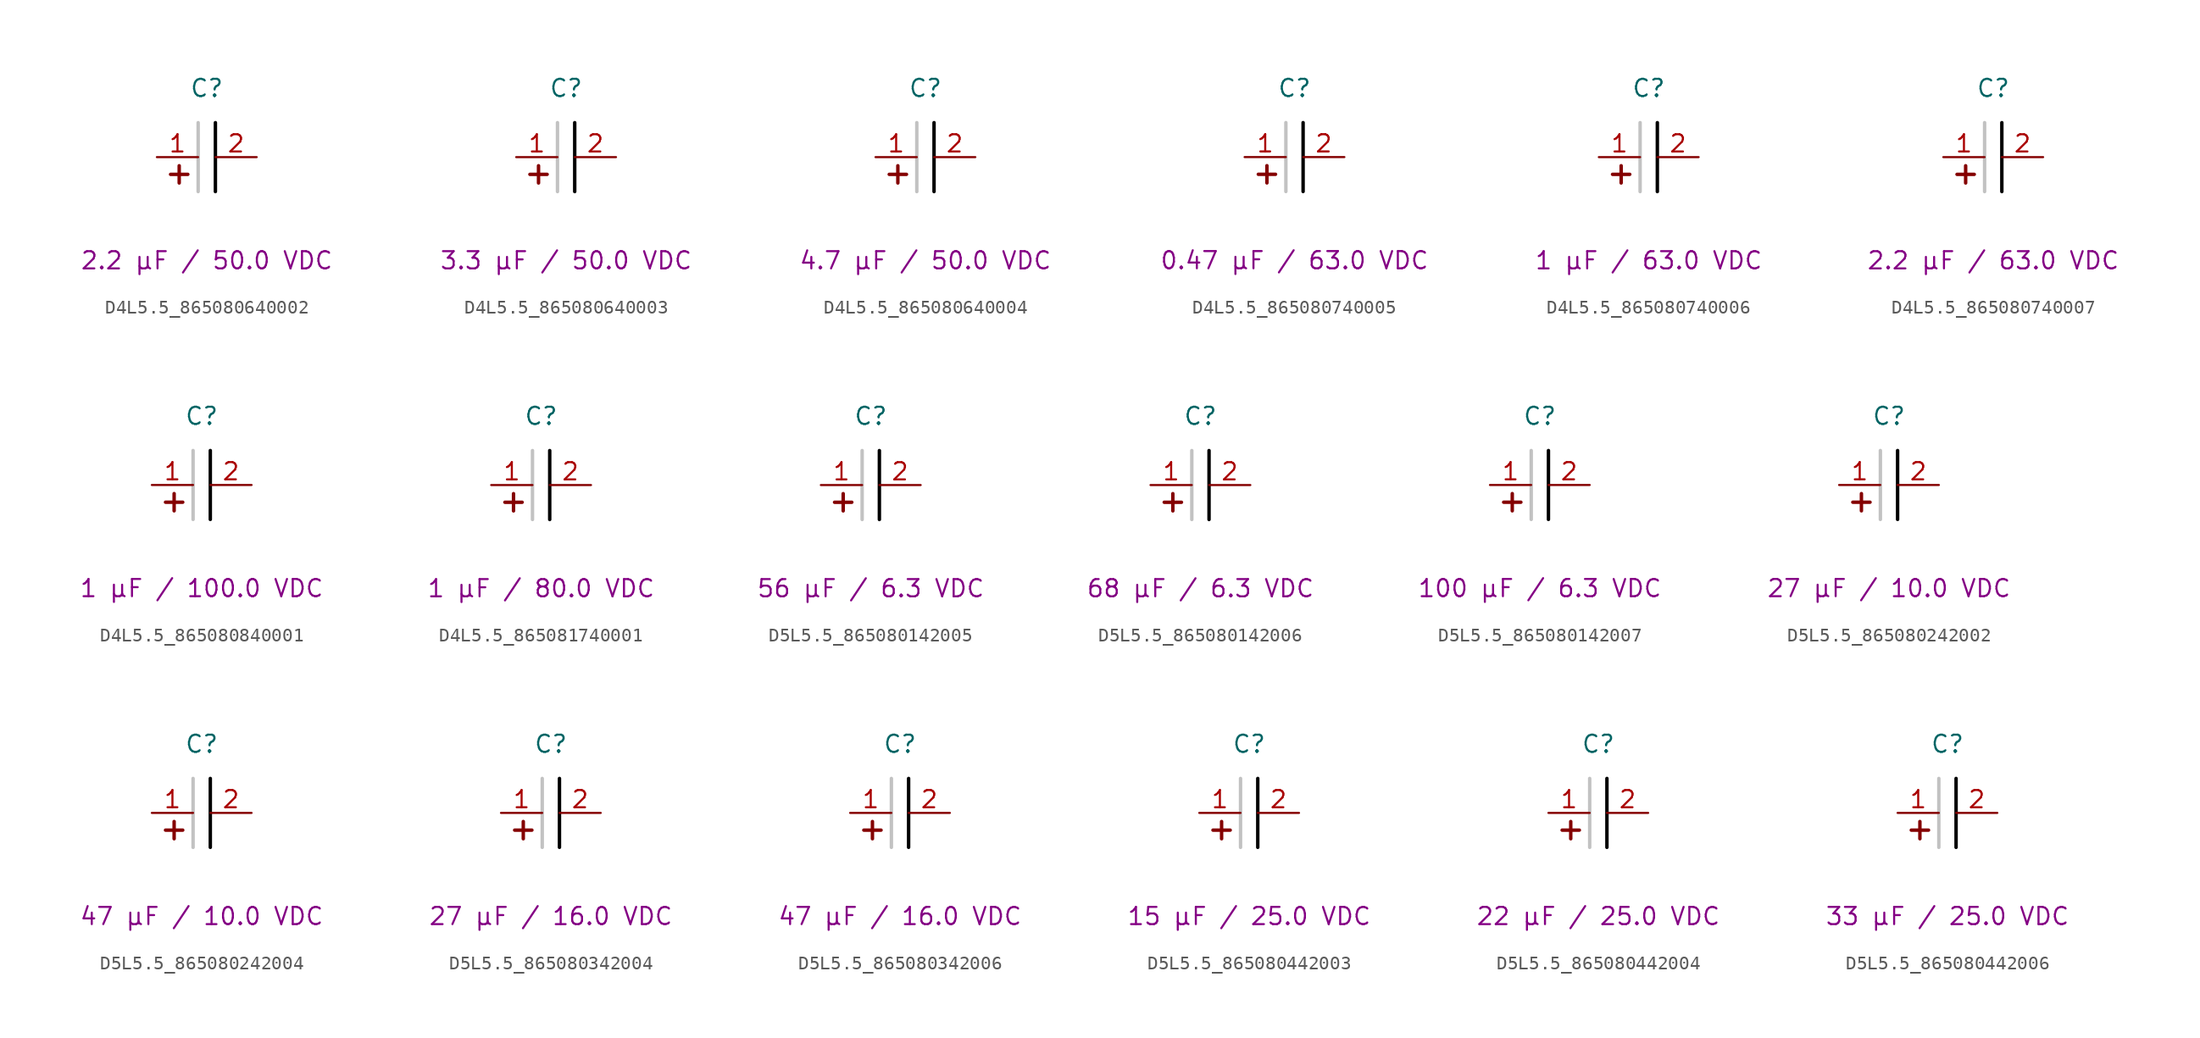
<source format=kicad_sym>
(kicad_symbol_lib
  (version 20220914)
  (generator kicad_symbol_editor)
  (symbol "D4L5.5_865080640002"
    (pin_names hide)
    (property "Reference" "C"
      (at 0 5.08 0)
      (effects (font (size 1.27 1.27))))
    (property "Critical Parameter" "2.2 µF / 50.0 VDC"
      (at 0 -7.62 0)
      (effects (font (size 1.27 1.27))))
    (symbol "D4L5.5_865080640002_1_1"
      (polyline (pts (xy -2.667 -1.27) (xy -1.397 -1.27)) (stroke (width 0.254) (type default)) (fill (type none)))
      (polyline (pts (xy -2.032 -0.635) (xy -2.032 -1.905)) (stroke (width 0.254) (type default)) (fill (type none)))
      (polyline (pts (xy -0.635 2.54) (xy -0.635 -2.54)) (stroke (width 0.254) (type default) (color 194 194 194 1)) (fill (type none)))
      (polyline (pts (xy 0.635 2.54) (xy 0.635 -2.54)) (stroke (width 0.254) (type default) (color 0 0 0 1)) (fill (type none)))
      (pin passive line (at -3.679 0 0) (length 3.044) (name "1" (effects (font (size 1.27 1.27)))) (number "1" (effects (font (size 1.27 1.27)))))
      (pin passive line (at 3.679 0 180) (length 3.044) (name "2" (effects (font (size 1.27 1.27)))) (number "2" (effects (font (size 1.27 1.27)))))))
  (symbol "D4L5.5_865080640003"
    (pin_names hide)
    (property "Reference" "C"
      (at 0 5.08 0)
      (effects (font (size 1.27 1.27))))
    (property "Critical Parameter" "3.3 µF / 50.0 VDC"
      (at 0 -7.62 0)
      (effects (font (size 1.27 1.27))))
    (symbol "D4L5.5_865080640003_1_1"
      (polyline (pts (xy -2.667 -1.27) (xy -1.397 -1.27)) (stroke (width 0.254) (type default)) (fill (type none)))
      (polyline (pts (xy -2.032 -0.635) (xy -2.032 -1.905)) (stroke (width 0.254) (type default)) (fill (type none)))
      (polyline (pts (xy -0.635 2.54) (xy -0.635 -2.54)) (stroke (width 0.254) (type default) (color 194 194 194 1)) (fill (type none)))
      (polyline (pts (xy 0.635 2.54) (xy 0.635 -2.54)) (stroke (width 0.254) (type default) (color 0 0 0 1)) (fill (type none)))
      (pin passive line (at -3.679 0 0) (length 3.044) (name "1" (effects (font (size 1.27 1.27)))) (number "1" (effects (font (size 1.27 1.27)))))
      (pin passive line (at 3.679 0 180) (length 3.044) (name "2" (effects (font (size 1.27 1.27)))) (number "2" (effects (font (size 1.27 1.27)))))))
  (symbol "D4L5.5_865080640004"
    (pin_names hide)
    (property "Reference" "C"
      (at 0 5.08 0)
      (effects (font (size 1.27 1.27))))
    (property "Critical Parameter" "4.7 µF / 50.0 VDC"
      (at 0 -7.62 0)
      (effects (font (size 1.27 1.27))))
    (symbol "D4L5.5_865080640004_1_1"
      (polyline (pts (xy -2.667 -1.27) (xy -1.397 -1.27)) (stroke (width 0.254) (type default)) (fill (type none)))
      (polyline (pts (xy -2.032 -0.635) (xy -2.032 -1.905)) (stroke (width 0.254) (type default)) (fill (type none)))
      (polyline (pts (xy -0.635 2.54) (xy -0.635 -2.54)) (stroke (width 0.254) (type default) (color 194 194 194 1)) (fill (type none)))
      (polyline (pts (xy 0.635 2.54) (xy 0.635 -2.54)) (stroke (width 0.254) (type default) (color 0 0 0 1)) (fill (type none)))
      (pin passive line (at -3.679 0 0) (length 3.044) (name "1" (effects (font (size 1.27 1.27)))) (number "1" (effects (font (size 1.27 1.27)))))
      (pin passive line (at 3.679 0 180) (length 3.044) (name "2" (effects (font (size 1.27 1.27)))) (number "2" (effects (font (size 1.27 1.27)))))))
  (symbol "D4L5.5_865080740005"
    (pin_names hide)
    (property "Reference" "C"
      (at 0 5.08 0)
      (effects (font (size 1.27 1.27))))
    (property "Critical Parameter" "0.47 µF / 63.0 VDC"
      (at 0 -7.62 0)
      (effects (font (size 1.27 1.27))))
    (symbol "D4L5.5_865080740005_1_1"
      (polyline (pts (xy -2.667 -1.27) (xy -1.397 -1.27)) (stroke (width 0.254) (type default)) (fill (type none)))
      (polyline (pts (xy -2.032 -0.635) (xy -2.032 -1.905)) (stroke (width 0.254) (type default)) (fill (type none)))
      (polyline (pts (xy -0.635 2.54) (xy -0.635 -2.54)) (stroke (width 0.254) (type default) (color 194 194 194 1)) (fill (type none)))
      (polyline (pts (xy 0.635 2.54) (xy 0.635 -2.54)) (stroke (width 0.254) (type default) (color 0 0 0 1)) (fill (type none)))
      (pin passive line (at -3.679 0 0) (length 3.044) (name "1" (effects (font (size 1.27 1.27)))) (number "1" (effects (font (size 1.27 1.27)))))
      (pin passive line (at 3.679 0 180) (length 3.044) (name "2" (effects (font (size 1.27 1.27)))) (number "2" (effects (font (size 1.27 1.27)))))))
  (symbol "D4L5.5_865080740006"
    (pin_names hide)
    (property "Reference" "C"
      (at 0 5.08 0)
      (effects (font (size 1.27 1.27))))
    (property "Critical Parameter" "1 µF / 63.0 VDC"
      (at 0 -7.62 0)
      (effects (font (size 1.27 1.27))))
    (symbol "D4L5.5_865080740006_1_1"
      (polyline (pts (xy -2.667 -1.27) (xy -1.397 -1.27)) (stroke (width 0.254) (type default)) (fill (type none)))
      (polyline (pts (xy -2.032 -0.635) (xy -2.032 -1.905)) (stroke (width 0.254) (type default)) (fill (type none)))
      (polyline (pts (xy -0.635 2.54) (xy -0.635 -2.54)) (stroke (width 0.254) (type default) (color 194 194 194 1)) (fill (type none)))
      (polyline (pts (xy 0.635 2.54) (xy 0.635 -2.54)) (stroke (width 0.254) (type default) (color 0 0 0 1)) (fill (type none)))
      (pin passive line (at -3.679 0 0) (length 3.044) (name "1" (effects (font (size 1.27 1.27)))) (number "1" (effects (font (size 1.27 1.27)))))
      (pin passive line (at 3.679 0 180) (length 3.044) (name "2" (effects (font (size 1.27 1.27)))) (number "2" (effects (font (size 1.27 1.27)))))))
  (symbol "D4L5.5_865080740007"
    (pin_names hide)
    (property "Reference" "C"
      (at 0 5.08 0)
      (effects (font (size 1.27 1.27))))
    (property "Critical Parameter" "2.2 µF / 63.0 VDC"
      (at 0 -7.62 0)
      (effects (font (size 1.27 1.27))))
    (symbol "D4L5.5_865080740007_1_1"
      (polyline (pts (xy -2.667 -1.27) (xy -1.397 -1.27)) (stroke (width 0.254) (type default)) (fill (type none)))
      (polyline (pts (xy -2.032 -0.635) (xy -2.032 -1.905)) (stroke (width 0.254) (type default)) (fill (type none)))
      (polyline (pts (xy -0.635 2.54) (xy -0.635 -2.54)) (stroke (width 0.254) (type default) (color 194 194 194 1)) (fill (type none)))
      (polyline (pts (xy 0.635 2.54) (xy 0.635 -2.54)) (stroke (width 0.254) (type default) (color 0 0 0 1)) (fill (type none)))
      (pin passive line (at -3.679 0 0) (length 3.044) (name "1" (effects (font (size 1.27 1.27)))) (number "1" (effects (font (size 1.27 1.27)))))
      (pin passive line (at 3.679 0 180) (length 3.044) (name "2" (effects (font (size 1.27 1.27)))) (number "2" (effects (font (size 1.27 1.27)))))))
  (symbol "D4L5.5_865080840001"
    (pin_names hide)
    (property "Reference" "C"
      (at 0 5.08 0)
      (effects (font (size 1.27 1.27))))
    (property "Critical Parameter" "1 µF / 100.0 VDC"
      (at 0 -7.62 0)
      (effects (font (size 1.27 1.27))))
    (symbol "D4L5.5_865080840001_1_1"
      (polyline (pts (xy -2.667 -1.27) (xy -1.397 -1.27)) (stroke (width 0.254) (type default)) (fill (type none)))
      (polyline (pts (xy -2.032 -0.635) (xy -2.032 -1.905)) (stroke (width 0.254) (type default)) (fill (type none)))
      (polyline (pts (xy -0.635 2.54) (xy -0.635 -2.54)) (stroke (width 0.254) (type default) (color 194 194 194 1)) (fill (type none)))
      (polyline (pts (xy 0.635 2.54) (xy 0.635 -2.54)) (stroke (width 0.254) (type default) (color 0 0 0 1)) (fill (type none)))
      (pin passive line (at -3.679 0 0) (length 3.044) (name "1" (effects (font (size 1.27 1.27)))) (number "1" (effects (font (size 1.27 1.27)))))
      (pin passive line (at 3.679 0 180) (length 3.044) (name "2" (effects (font (size 1.27 1.27)))) (number "2" (effects (font (size 1.27 1.27)))))))
  (symbol "D4L5.5_865081740001"
    (pin_names hide)
    (property "Reference" "C"
      (at 0 5.08 0)
      (effects (font (size 1.27 1.27))))
    (property "Critical Parameter" "1 µF / 80.0 VDC"
      (at 0 -7.62 0)
      (effects (font (size 1.27 1.27))))
    (symbol "D4L5.5_865081740001_1_1"
      (polyline (pts (xy -2.667 -1.27) (xy -1.397 -1.27)) (stroke (width 0.254) (type default)) (fill (type none)))
      (polyline (pts (xy -2.032 -0.635) (xy -2.032 -1.905)) (stroke (width 0.254) (type default)) (fill (type none)))
      (polyline (pts (xy -0.635 2.54) (xy -0.635 -2.54)) (stroke (width 0.254) (type default) (color 194 194 194 1)) (fill (type none)))
      (polyline (pts (xy 0.635 2.54) (xy 0.635 -2.54)) (stroke (width 0.254) (type default) (color 0 0 0 1)) (fill (type none)))
      (pin passive line (at -3.679 0 0) (length 3.044) (name "1" (effects (font (size 1.27 1.27)))) (number "1" (effects (font (size 1.27 1.27)))))
      (pin passive line (at 3.679 0 180) (length 3.044) (name "2" (effects (font (size 1.27 1.27)))) (number "2" (effects (font (size 1.27 1.27)))))))
  (symbol "D5L5.5_865080142005"
    (pin_names hide)
    (property "Reference" "C"
      (at 0 5.08 0)
      (effects (font (size 1.27 1.27))))
    (property "Critical Parameter" "56 µF / 6.3 VDC"
      (at 0 -7.62 0)
      (effects (font (size 1.27 1.27))))
    (symbol "D5L5.5_865080142005_1_1"
      (polyline (pts (xy -2.667 -1.27) (xy -1.397 -1.27)) (stroke (width 0.254) (type default)) (fill (type none)))
      (polyline (pts (xy -2.032 -0.635) (xy -2.032 -1.905)) (stroke (width 0.254) (type default)) (fill (type none)))
      (polyline (pts (xy -0.635 2.54) (xy -0.635 -2.54)) (stroke (width 0.254) (type default) (color 194 194 194 1)) (fill (type none)))
      (polyline (pts (xy 0.635 2.54) (xy 0.635 -2.54)) (stroke (width 0.254) (type default) (color 0 0 0 1)) (fill (type none)))
      (pin passive line (at -3.679 0 0) (length 3.044) (name "1" (effects (font (size 1.27 1.27)))) (number "1" (effects (font (size 1.27 1.27)))))
      (pin passive line (at 3.679 0 180) (length 3.044) (name "2" (effects (font (size 1.27 1.27)))) (number "2" (effects (font (size 1.27 1.27)))))))
  (symbol "D5L5.5_865080142006"
    (pin_names hide)
    (property "Reference" "C"
      (at 0 5.08 0)
      (effects (font (size 1.27 1.27))))
    (property "Critical Parameter" "68 µF / 6.3 VDC"
      (at 0 -7.62 0)
      (effects (font (size 1.27 1.27))))
    (symbol "D5L5.5_865080142006_1_1"
      (polyline (pts (xy -2.667 -1.27) (xy -1.397 -1.27)) (stroke (width 0.254) (type default)) (fill (type none)))
      (polyline (pts (xy -2.032 -0.635) (xy -2.032 -1.905)) (stroke (width 0.254) (type default)) (fill (type none)))
      (polyline (pts (xy -0.635 2.54) (xy -0.635 -2.54)) (stroke (width 0.254) (type default) (color 194 194 194 1)) (fill (type none)))
      (polyline (pts (xy 0.635 2.54) (xy 0.635 -2.54)) (stroke (width 0.254) (type default) (color 0 0 0 1)) (fill (type none)))
      (pin passive line (at -3.679 0 0) (length 3.044) (name "1" (effects (font (size 1.27 1.27)))) (number "1" (effects (font (size 1.27 1.27)))))
      (pin passive line (at 3.679 0 180) (length 3.044) (name "2" (effects (font (size 1.27 1.27)))) (number "2" (effects (font (size 1.27 1.27)))))))
  (symbol "D5L5.5_865080142007"
    (pin_names hide)
    (property "Reference" "C"
      (at 0 5.08 0)
      (effects (font (size 1.27 1.27))))
    (property "Critical Parameter" "100 µF / 6.3 VDC"
      (at 0 -7.62 0)
      (effects (font (size 1.27 1.27))))
    (symbol "D5L5.5_865080142007_1_1"
      (polyline (pts (xy -2.667 -1.27) (xy -1.397 -1.27)) (stroke (width 0.254) (type default)) (fill (type none)))
      (polyline (pts (xy -2.032 -0.635) (xy -2.032 -1.905)) (stroke (width 0.254) (type default)) (fill (type none)))
      (polyline (pts (xy -0.635 2.54) (xy -0.635 -2.54)) (stroke (width 0.254) (type default) (color 194 194 194 1)) (fill (type none)))
      (polyline (pts (xy 0.635 2.54) (xy 0.635 -2.54)) (stroke (width 0.254) (type default) (color 0 0 0 1)) (fill (type none)))
      (pin passive line (at -3.679 0 0) (length 3.044) (name "1" (effects (font (size 1.27 1.27)))) (number "1" (effects (font (size 1.27 1.27)))))
      (pin passive line (at 3.679 0 180) (length 3.044) (name "2" (effects (font (size 1.27 1.27)))) (number "2" (effects (font (size 1.27 1.27)))))))
  (symbol "D5L5.5_865080242002"
    (pin_names hide)
    (property "Reference" "C"
      (at 0 5.08 0)
      (effects (font (size 1.27 1.27))))
    (property "Critical Parameter" "27 µF / 10.0 VDC"
      (at 0 -7.62 0)
      (effects (font (size 1.27 1.27))))
    (symbol "D5L5.5_865080242002_1_1"
      (polyline (pts (xy -2.667 -1.27) (xy -1.397 -1.27)) (stroke (width 0.254) (type default)) (fill (type none)))
      (polyline (pts (xy -2.032 -0.635) (xy -2.032 -1.905)) (stroke (width 0.254) (type default)) (fill (type none)))
      (polyline (pts (xy -0.635 2.54) (xy -0.635 -2.54)) (stroke (width 0.254) (type default) (color 194 194 194 1)) (fill (type none)))
      (polyline (pts (xy 0.635 2.54) (xy 0.635 -2.54)) (stroke (width 0.254) (type default) (color 0 0 0 1)) (fill (type none)))
      (pin passive line (at -3.679 0 0) (length 3.044) (name "1" (effects (font (size 1.27 1.27)))) (number "1" (effects (font (size 1.27 1.27)))))
      (pin passive line (at 3.679 0 180) (length 3.044) (name "2" (effects (font (size 1.27 1.27)))) (number "2" (effects (font (size 1.27 1.27)))))))
  (symbol "D5L5.5_865080242004"
    (pin_names hide)
    (property "Reference" "C"
      (at 0 5.08 0)
      (effects (font (size 1.27 1.27))))
    (property "Critical Parameter" "47 µF / 10.0 VDC"
      (at 0 -7.62 0)
      (effects (font (size 1.27 1.27))))
    (symbol "D5L5.5_865080242004_1_1"
      (polyline (pts (xy -2.667 -1.27) (xy -1.397 -1.27)) (stroke (width 0.254) (type default)) (fill (type none)))
      (polyline (pts (xy -2.032 -0.635) (xy -2.032 -1.905)) (stroke (width 0.254) (type default)) (fill (type none)))
      (polyline (pts (xy -0.635 2.54) (xy -0.635 -2.54)) (stroke (width 0.254) (type default) (color 194 194 194 1)) (fill (type none)))
      (polyline (pts (xy 0.635 2.54) (xy 0.635 -2.54)) (stroke (width 0.254) (type default) (color 0 0 0 1)) (fill (type none)))
      (pin passive line (at -3.679 0 0) (length 3.044) (name "1" (effects (font (size 1.27 1.27)))) (number "1" (effects (font (size 1.27 1.27)))))
      (pin passive line (at 3.679 0 180) (length 3.044) (name "2" (effects (font (size 1.27 1.27)))) (number "2" (effects (font (size 1.27 1.27)))))))
  (symbol "D5L5.5_865080342004"
    (pin_names hide)
    (property "Reference" "C"
      (at 0 5.08 0)
      (effects (font (size 1.27 1.27))))
    (property "Critical Parameter" "27 µF / 16.0 VDC"
      (at 0 -7.62 0)
      (effects (font (size 1.27 1.27))))
    (symbol "D5L5.5_865080342004_1_1"
      (polyline (pts (xy -2.667 -1.27) (xy -1.397 -1.27)) (stroke (width 0.254) (type default)) (fill (type none)))
      (polyline (pts (xy -2.032 -0.635) (xy -2.032 -1.905)) (stroke (width 0.254) (type default)) (fill (type none)))
      (polyline (pts (xy -0.635 2.54) (xy -0.635 -2.54)) (stroke (width 0.254) (type default) (color 194 194 194 1)) (fill (type none)))
      (polyline (pts (xy 0.635 2.54) (xy 0.635 -2.54)) (stroke (width 0.254) (type default) (color 0 0 0 1)) (fill (type none)))
      (pin passive line (at -3.679 0 0) (length 3.044) (name "1" (effects (font (size 1.27 1.27)))) (number "1" (effects (font (size 1.27 1.27)))))
      (pin passive line (at 3.679 0 180) (length 3.044) (name "2" (effects (font (size 1.27 1.27)))) (number "2" (effects (font (size 1.27 1.27)))))))
  (symbol "D5L5.5_865080342006"
    (pin_names hide)
    (property "Reference" "C"
      (at 0 5.08 0)
      (effects (font (size 1.27 1.27))))
    (property "Critical Parameter" "47 µF / 16.0 VDC"
      (at 0 -7.62 0)
      (effects (font (size 1.27 1.27))))
    (symbol "D5L5.5_865080342006_1_1"
      (polyline (pts (xy -2.667 -1.27) (xy -1.397 -1.27)) (stroke (width 0.254) (type default)) (fill (type none)))
      (polyline (pts (xy -2.032 -0.635) (xy -2.032 -1.905)) (stroke (width 0.254) (type default)) (fill (type none)))
      (polyline (pts (xy -0.635 2.54) (xy -0.635 -2.54)) (stroke (width 0.254) (type default) (color 194 194 194 1)) (fill (type none)))
      (polyline (pts (xy 0.635 2.54) (xy 0.635 -2.54)) (stroke (width 0.254) (type default) (color 0 0 0 1)) (fill (type none)))
      (pin passive line (at -3.679 0 0) (length 3.044) (name "1" (effects (font (size 1.27 1.27)))) (number "1" (effects (font (size 1.27 1.27)))))
      (pin passive line (at 3.679 0 180) (length 3.044) (name "2" (effects (font (size 1.27 1.27)))) (number "2" (effects (font (size 1.27 1.27)))))))
  (symbol "D5L5.5_865080442003"
    (pin_names hide)
    (property "Reference" "C"
      (at 0 5.08 0)
      (effects (font (size 1.27 1.27))))
    (property "Critical Parameter" "15 µF / 25.0 VDC"
      (at 0 -7.62 0)
      (effects (font (size 1.27 1.27))))
    (symbol "D5L5.5_865080442003_1_1"
      (polyline (pts (xy -2.667 -1.27) (xy -1.397 -1.27)) (stroke (width 0.254) (type default)) (fill (type none)))
      (polyline (pts (xy -2.032 -0.635) (xy -2.032 -1.905)) (stroke (width 0.254) (type default)) (fill (type none)))
      (polyline (pts (xy -0.635 2.54) (xy -0.635 -2.54)) (stroke (width 0.254) (type default) (color 194 194 194 1)) (fill (type none)))
      (polyline (pts (xy 0.635 2.54) (xy 0.635 -2.54)) (stroke (width 0.254) (type default) (color 0 0 0 1)) (fill (type none)))
      (pin passive line (at -3.679 0 0) (length 3.044) (name "1" (effects (font (size 1.27 1.27)))) (number "1" (effects (font (size 1.27 1.27)))))
      (pin passive line (at 3.679 0 180) (length 3.044) (name "2" (effects (font (size 1.27 1.27)))) (number "2" (effects (font (size 1.27 1.27)))))))
  (symbol "D5L5.5_865080442004"
    (pin_names hide)
    (property "Reference" "C"
      (at 0 5.08 0)
      (effects (font (size 1.27 1.27))))
    (property "Critical Parameter" "22 µF / 25.0 VDC"
      (at 0 -7.62 0)
      (effects (font (size 1.27 1.27))))
    (symbol "D5L5.5_865080442004_1_1"
      (polyline (pts (xy -2.667 -1.27) (xy -1.397 -1.27)) (stroke (width 0.254) (type default)) (fill (type none)))
      (polyline (pts (xy -2.032 -0.635) (xy -2.032 -1.905)) (stroke (width 0.254) (type default)) (fill (type none)))
      (polyline (pts (xy -0.635 2.54) (xy -0.635 -2.54)) (stroke (width 0.254) (type default) (color 194 194 194 1)) (fill (type none)))
      (polyline (pts (xy 0.635 2.54) (xy 0.635 -2.54)) (stroke (width 0.254) (type default) (color 0 0 0 1)) (fill (type none)))
      (pin passive line (at -3.679 0 0) (length 3.044) (name "1" (effects (font (size 1.27 1.27)))) (number "1" (effects (font (size 1.27 1.27)))))
      (pin passive line (at 3.679 0 180) (length 3.044) (name "2" (effects (font (size 1.27 1.27)))) (number "2" (effects (font (size 1.27 1.27)))))))
  (symbol "D5L5.5_865080442006"
    (pin_names hide)
    (property "Reference" "C"
      (at 0 5.08 0)
      (effects (font (size 1.27 1.27))))
    (property "Critical Parameter" "33 µF / 25.0 VDC"
      (at 0 -7.62 0)
      (effects (font (size 1.27 1.27))))
    (symbol "D5L5.5_865080442006_1_1"
      (polyline (pts (xy -2.667 -1.27) (xy -1.397 -1.27)) (stroke (width 0.254) (type default)) (fill (type none)))
      (polyline (pts (xy -2.032 -0.635) (xy -2.032 -1.905)) (stroke (width 0.254) (type default)) (fill (type none)))
      (polyline (pts (xy -0.635 2.54) (xy -0.635 -2.54)) (stroke (width 0.254) (type default) (color 194 194 194 1)) (fill (type none)))
      (polyline (pts (xy 0.635 2.54) (xy 0.635 -2.54)) (stroke (width 0.254) (type default) (color 0 0 0 1)) (fill (type none)))
      (pin passive line (at -3.679 0 0) (length 3.044) (name "1" (effects (font (size 1.27 1.27)))) (number "1" (effects (font (size 1.27 1.27)))))
      (pin passive line (at 3.679 0 180) (length 3.044) (name "2" (effects (font (size 1.27 1.27)))) (number "2" (effects (font (size 1.27 1.27))))))))
</source>
